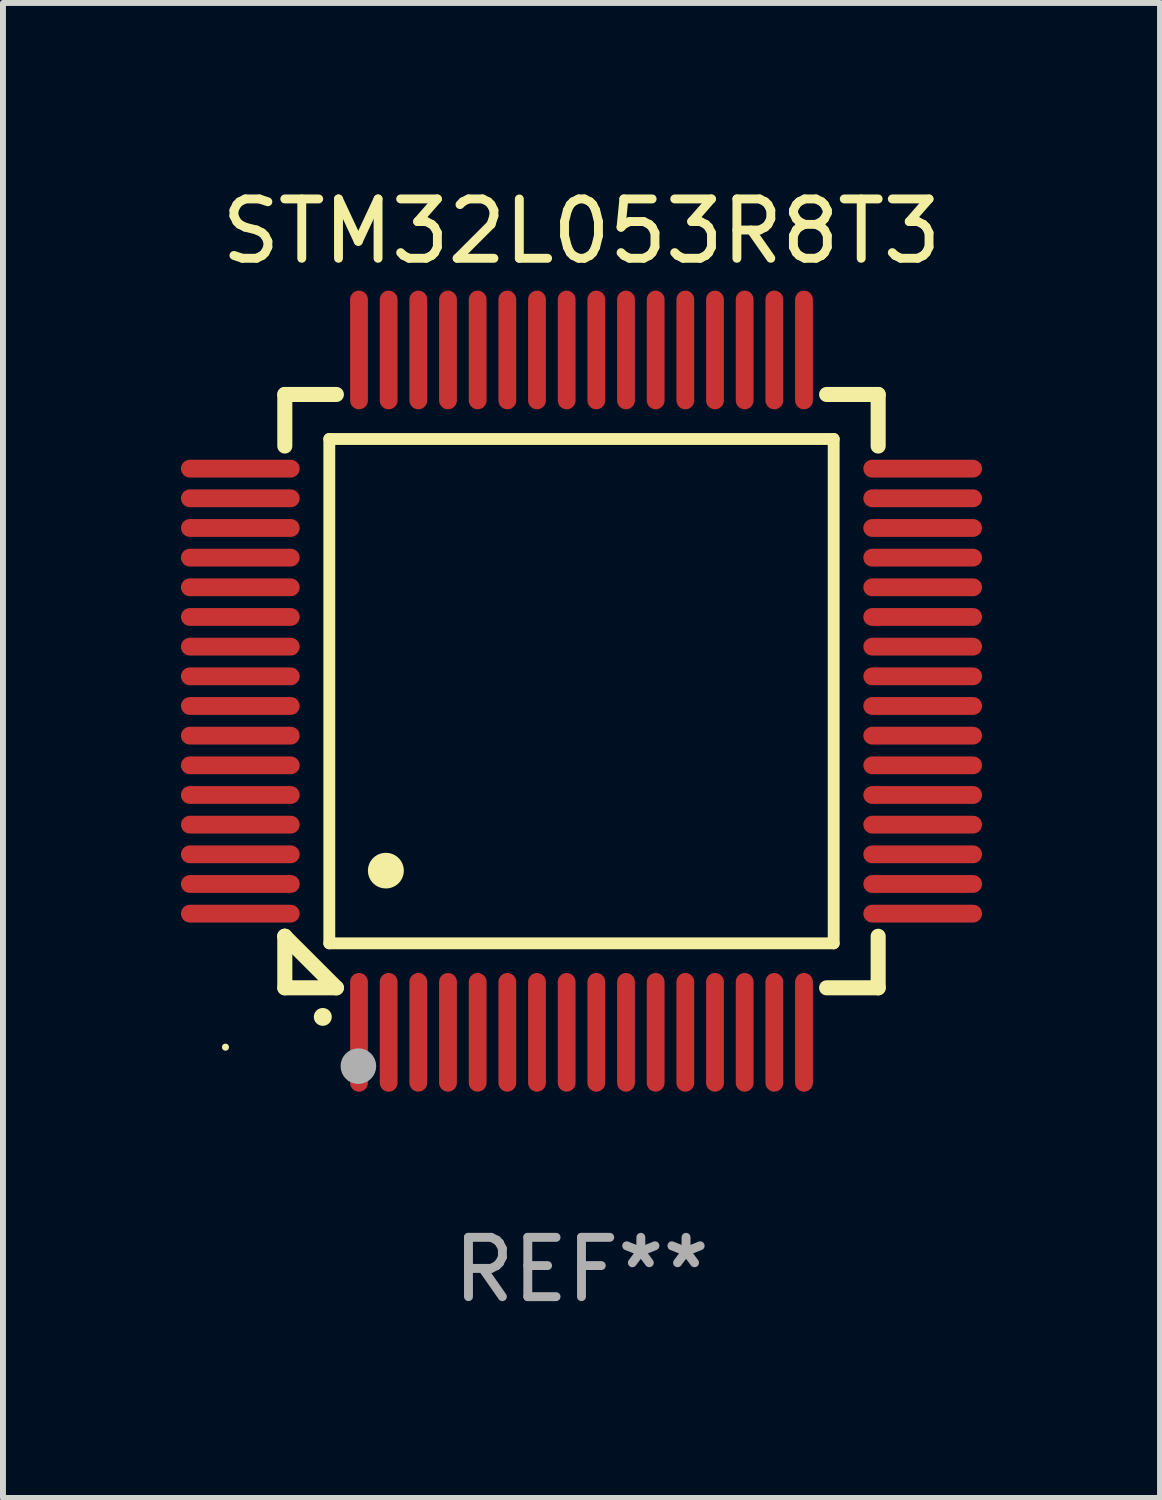
<source format=kicad_pcb>
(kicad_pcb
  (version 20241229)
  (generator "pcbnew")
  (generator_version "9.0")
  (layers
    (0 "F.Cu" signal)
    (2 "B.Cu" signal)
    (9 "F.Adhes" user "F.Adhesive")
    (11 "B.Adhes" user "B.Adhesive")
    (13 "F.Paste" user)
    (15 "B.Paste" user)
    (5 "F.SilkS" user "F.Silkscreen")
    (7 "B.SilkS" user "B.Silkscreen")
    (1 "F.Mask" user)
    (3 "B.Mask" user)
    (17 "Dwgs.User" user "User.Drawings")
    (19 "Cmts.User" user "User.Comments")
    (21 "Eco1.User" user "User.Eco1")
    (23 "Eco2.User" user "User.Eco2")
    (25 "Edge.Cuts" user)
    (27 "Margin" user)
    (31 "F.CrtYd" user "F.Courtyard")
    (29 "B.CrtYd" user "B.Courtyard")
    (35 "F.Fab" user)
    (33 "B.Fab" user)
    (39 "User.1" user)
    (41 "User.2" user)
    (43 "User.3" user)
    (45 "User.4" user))
  (footprint "STM32L053R8T3"
    (layer "F.Cu")
    (at 6.75 8.598)
    (property "Reference" "STM32L053R8T3" (at 0 -7.75 0) (layer "F.SilkS") (effects (font (size 1 1) (thickness 0.15))))
    (attr through_hole)
    (fp_line (start -5 -5) (end -4.131 -5) (stroke (width 0.254) (type solid)) (layer "F.SilkS"))
    (fp_line (start -5 -4.131) (end -5 -5) (stroke (width 0.254) (type solid)) (layer "F.SilkS"))
    (fp_line (start -5 4.131) (end -5 4.131) (stroke (width 0.254) (type solid)) (layer "F.SilkS"))
    (fp_line (start -5 5) (end -5 4.131) (stroke (width 0.254) (type solid)) (layer "F.SilkS"))
    (fp_line (start -5 4.131) (end -4.131 5) (stroke (width 0.254) (type solid)) (layer "F.SilkS"))
    (fp_line (start -4.25 -4.25) (end -4.25 4.25) (stroke (width 0.2) (type solid)) (layer "F.SilkS"))
    (fp_line (start -4.25 4.25) (end 4.25 4.25) (stroke (width 0.2) (type solid)) (layer "F.SilkS"))
    (fp_line (start -4.131 5) (end -5 5) (stroke (width 0.254) (type solid)) (layer "F.SilkS"))
    (fp_line (start 4.25 -4.25) (end -4.25 -4.25) (stroke (width 0.2) (type solid)) (layer "F.SilkS"))
    (fp_line (start 4.25 4.25) (end 4.25 -4.25) (stroke (width 0.2) (type solid)) (layer "F.SilkS"))
    (fp_line (start 5 -5) (end 4.131 -5) (stroke (width 0.254) (type solid)) (layer "F.SilkS"))
    (fp_line (start 5 -5) (end 5 -4.131) (stroke (width 0.254) (type solid)) (layer "F.SilkS"))
    (fp_line (start 5 4.131) (end 5 5) (stroke (width 0.254) (type solid)) (layer "F.SilkS"))
    (fp_line (start 5 5) (end 4.131 5) (stroke (width 0.254) (type solid)) (layer "F.SilkS"))
    (fp_arc (start -4.361265 5.489992) (mid -4.359995 5.489987) (end -4.358725 5.489992) (stroke (width 0.3) (type solid)) (layer "F.SilkS"))
    (fp_arc (start -3.299467 3.025146) (mid -3.296927 3.025135) (end -3.294387 3.025146) (stroke (width 0.6) (type solid)) (layer "F.SilkS"))
    (fp_circle (center -6 6) (end -5.97 6) (stroke (width 0.06) (type solid)) (fill no) (layer "F.SilkS"))
    (fp_circle (center -3.76 6.32) (end -3.61 6.32) (stroke (width 0.3) (type solid)) (fill no) (layer "F.Fab"))
    (fp_text user "REF**" (at 0 9.75 0) (layer "F.Fab") (effects (font (size 1 1) (thickness 0.15))))
    (pad "1" smd oval (at -3.75 5.75) (size 0.3 2) (layers "F.Cu" "F.Mask" "F.Paste"))
    (pad "2" smd oval (at -3.25 5.75) (size 0.3 2) (layers "F.Cu" "F.Mask" "F.Paste"))
    (pad "3" smd oval (at -2.75 5.75) (size 0.3 2) (layers "F.Cu" "F.Mask" "F.Paste"))
    (pad "4" smd oval (at -2.25 5.75) (size 0.3 2) (layers "F.Cu" "F.Mask" "F.Paste"))
    (pad "5" smd oval (at -1.75 5.75) (size 0.3 2) (layers "F.Cu" "F.Mask" "F.Paste"))
    (pad "6" smd oval (at -1.25 5.75) (size 0.3 2) (layers "F.Cu" "F.Mask" "F.Paste"))
    (pad "7" smd oval (at -0.75 5.75) (size 0.3 2) (layers "F.Cu" "F.Mask" "F.Paste"))
    (pad "8" smd oval (at -0.25 5.75) (size 0.3 2) (layers "F.Cu" "F.Mask" "F.Paste"))
    (pad "9" smd oval (at 0.25 5.75) (size 0.3 2) (layers "F.Cu" "F.Mask" "F.Paste"))
    (pad "10" smd oval (at 0.75 5.75) (size 0.3 2) (layers "F.Cu" "F.Mask" "F.Paste"))
    (pad "11" smd oval (at 1.25 5.75) (size 0.3 2) (layers "F.Cu" "F.Mask" "F.Paste"))
    (pad "12" smd oval (at 1.75 5.75) (size 0.3 2) (layers "F.Cu" "F.Mask" "F.Paste"))
    (pad "13" smd oval (at 2.25 5.75) (size 0.3 2) (layers "F.Cu" "F.Mask" "F.Paste"))
    (pad "14" smd oval (at 2.75 5.75) (size 0.3 2) (layers "F.Cu" "F.Mask" "F.Paste"))
    (pad "15" smd oval (at 3.25 5.75) (size 0.3 2) (layers "F.Cu" "F.Mask" "F.Paste"))
    (pad "16" smd oval (at 3.75 5.75) (size 0.3 2) (layers "F.Cu" "F.Mask" "F.Paste"))
    (pad "17" smd oval (at 5.75 3.75) (size 2 0.3) (layers "F.Cu" "F.Mask" "F.Paste"))
    (pad "18" smd oval (at 5.75 3.25) (size 2 0.3) (layers "F.Cu" "F.Mask" "F.Paste"))
    (pad "19" smd oval (at 5.75 2.75) (size 2 0.3) (layers "F.Cu" "F.Mask" "F.Paste"))
    (pad "20" smd oval (at 5.75 2.25) (size 2 0.3) (layers "F.Cu" "F.Mask" "F.Paste"))
    (pad "21" smd oval (at 5.75 1.75) (size 2 0.3) (layers "F.Cu" "F.Mask" "F.Paste"))
    (pad "22" smd oval (at 5.75 1.25) (size 2 0.3) (layers "F.Cu" "F.Mask" "F.Paste"))
    (pad "23" smd oval (at 5.75 0.75) (size 2 0.3) (layers "F.Cu" "F.Mask" "F.Paste"))
    (pad "24" smd oval (at 5.75 0.25) (size 2 0.3) (layers "F.Cu" "F.Mask" "F.Paste"))
    (pad "25" smd oval (at 5.75 -0.25) (size 2 0.3) (layers "F.Cu" "F.Mask" "F.Paste"))
    (pad "26" smd oval (at 5.75 -0.75) (size 2 0.3) (layers "F.Cu" "F.Mask" "F.Paste"))
    (pad "27" smd oval (at 5.75 -1.25) (size 2 0.3) (layers "F.Cu" "F.Mask" "F.Paste"))
    (pad "28" smd oval (at 5.75 -1.75) (size 2 0.3) (layers "F.Cu" "F.Mask" "F.Paste"))
    (pad "29" smd oval (at 5.75 -2.25) (size 2 0.3) (layers "F.Cu" "F.Mask" "F.Paste"))
    (pad "30" smd oval (at 5.75 -2.75) (size 2 0.3) (layers "F.Cu" "F.Mask" "F.Paste"))
    (pad "31" smd oval (at 5.75 -3.25) (size 2 0.3) (layers "F.Cu" "F.Mask" "F.Paste"))
    (pad "32" smd oval (at 5.75 -3.75) (size 2 0.3) (layers "F.Cu" "F.Mask" "F.Paste"))
    (pad "33" smd oval (at 3.75 -5.75) (size 0.3 2) (layers "F.Cu" "F.Mask" "F.Paste"))
    (pad "34" smd oval (at 3.25 -5.75) (size 0.3 2) (layers "F.Cu" "F.Mask" "F.Paste"))
    (pad "35" smd oval (at 2.75 -5.75) (size 0.3 2) (layers "F.Cu" "F.Mask" "F.Paste"))
    (pad "36" smd oval (at 2.25 -5.75) (size 0.3 2) (layers "F.Cu" "F.Mask" "F.Paste"))
    (pad "37" smd oval (at 1.75 -5.75) (size 0.3 2) (layers "F.Cu" "F.Mask" "F.Paste"))
    (pad "38" smd oval (at 1.25 -5.75) (size 0.3 2) (layers "F.Cu" "F.Mask" "F.Paste"))
    (pad "39" smd oval (at 0.75 -5.75) (size 0.3 2) (layers "F.Cu" "F.Mask" "F.Paste"))
    (pad "40" smd oval (at 0.25 -5.75) (size 0.3 2) (layers "F.Cu" "F.Mask" "F.Paste"))
    (pad "41" smd oval (at -0.25 -5.75) (size 0.3 2) (layers "F.Cu" "F.Mask" "F.Paste"))
    (pad "42" smd oval (at -0.75 -5.75) (size 0.3 2) (layers "F.Cu" "F.Mask" "F.Paste"))
    (pad "43" smd oval (at -1.25 -5.75) (size 0.3 2) (layers "F.Cu" "F.Mask" "F.Paste"))
    (pad "44" smd oval (at -1.75 -5.75) (size 0.3 2) (layers "F.Cu" "F.Mask" "F.Paste"))
    (pad "45" smd oval (at -2.25 -5.75) (size 0.3 2) (layers "F.Cu" "F.Mask" "F.Paste"))
    (pad "46" smd oval (at -2.75 -5.75) (size 0.3 2) (layers "F.Cu" "F.Mask" "F.Paste"))
    (pad "47" smd oval (at -3.25 -5.75) (size 0.3 2) (layers "F.Cu" "F.Mask" "F.Paste"))
    (pad "48" smd oval (at -3.75 -5.75) (size 0.3 2) (layers "F.Cu" "F.Mask" "F.Paste"))
    (pad "49" smd oval (at -5.75 -3.75) (size 2 0.3) (layers "F.Cu" "F.Mask" "F.Paste"))
    (pad "50" smd oval (at -5.75 -3.25) (size 2 0.3) (layers "F.Cu" "F.Mask" "F.Paste"))
    (pad "51" smd oval (at -5.75 -2.75) (size 2 0.3) (layers "F.Cu" "F.Mask" "F.Paste"))
    (pad "52" smd oval (at -5.75 -2.25) (size 2 0.3) (layers "F.Cu" "F.Mask" "F.Paste"))
    (pad "53" smd oval (at -5.75 -1.75) (size 2 0.3) (layers "F.Cu" "F.Mask" "F.Paste"))
    (pad "54" smd oval (at -5.75 -1.25) (size 2 0.3) (layers "F.Cu" "F.Mask" "F.Paste"))
    (pad "55" smd oval (at -5.75 -0.75) (size 2 0.3) (layers "F.Cu" "F.Mask" "F.Paste"))
    (pad "56" smd oval (at -5.75 -0.25) (size 2 0.3) (layers "F.Cu" "F.Mask" "F.Paste"))
    (pad "57" smd oval (at -5.75 0.25) (size 2 0.3) (layers "F.Cu" "F.Mask" "F.Paste"))
    (pad "58" smd oval (at -5.75 0.75) (size 2 0.3) (layers "F.Cu" "F.Mask" "F.Paste"))
    (pad "59" smd oval (at -5.75 1.25) (size 2 0.3) (layers "F.Cu" "F.Mask" "F.Paste"))
    (pad "60" smd oval (at -5.75 1.75) (size 2 0.3) (layers "F.Cu" "F.Mask" "F.Paste"))
    (pad "61" smd oval (at -5.75 2.25) (size 2 0.3) (layers "F.Cu" "F.Mask" "F.Paste"))
    (pad "62" smd oval (at -5.75 2.75) (size 2 0.3) (layers "F.Cu" "F.Mask" "F.Paste"))
    (pad "63" smd oval (at -5.75 3.25) (size 2 0.3) (layers "F.Cu" "F.Mask" "F.Paste"))
    (pad "64" smd oval (at -5.75 3.75) (size 2 0.3) (layers "F.Cu" "F.Mask" "F.Paste")))
  (gr_rect
    (start -3 -3)
    (end 16.5 22.196)
    (stroke (width 0.1) (type default))
    (fill no)
    (layer "Edge.Cuts")))
</source>
